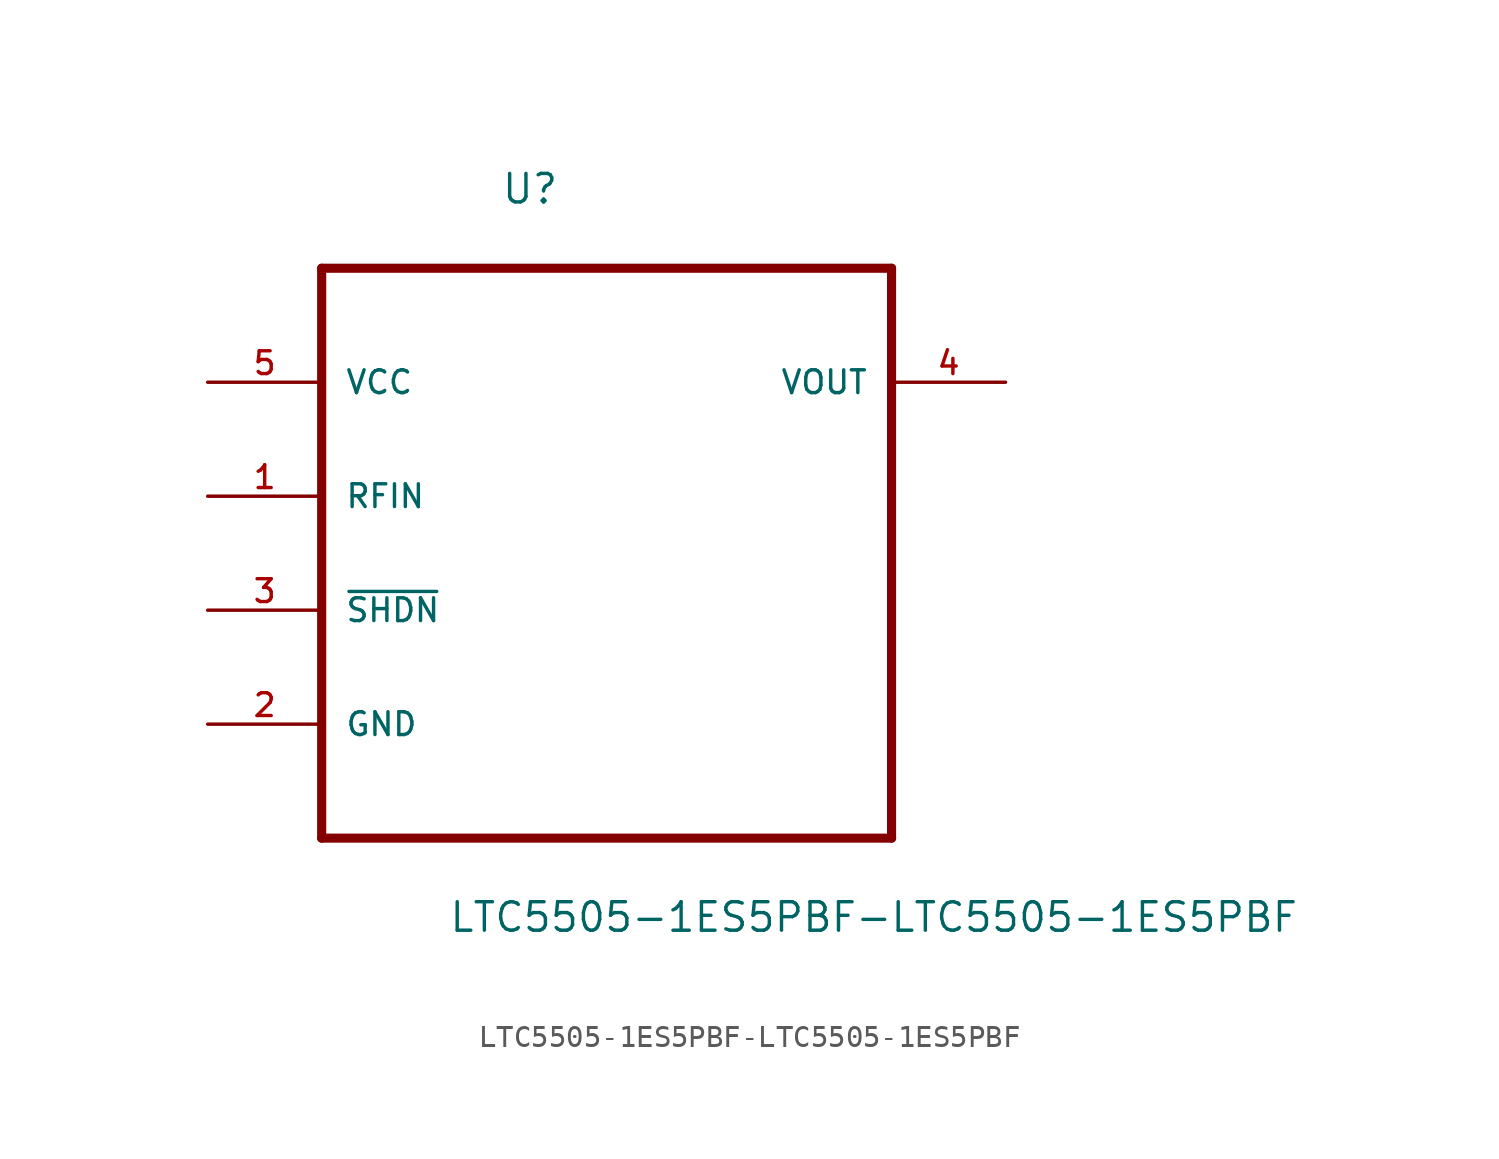
<source format=kicad_sym>
(kicad_symbol_lib
  (version 20231120)
  (generator "kicad_symbol_editor")
  (generator_version "8.0")
  (symbol "LTC5505-1ES5PBF-LTC5505-1ES5PBF"
    (pin_names
      (offset 1.016))
    (property "Reference" "U"
      (at -4.724 12.954 0)
      (effects (font (size 1.27 1.27)) (justify left bottom)))
    (property "Value" "LTC5505-1ES5PBF-LTC5505-1ES5PBF"
      (at -7.061 -19.507 0)
      (effects (font (size 1.27 1.27)) (justify left bottom)))
    (property "ki_locked" ""
      (at 0 0 0)
      (effects (font (size 1.27 1.27))))
    (symbol "LTC5505-1ES5PBF-LTC5505-1ES5PBF_0_0"
      (polyline (pts (xy -12.7 -15.24) (xy 12.7 -15.24)) (stroke (width 0.406) (type solid)) (fill (type none)))
      (polyline (pts (xy -12.7 10.16) (xy -12.7 -15.24)) (stroke (width 0.406) (type solid)) (fill (type none)))
      (polyline (pts (xy 12.7 -15.24) (xy 12.7 10.16)) (stroke (width 0.406) (type solid)) (fill (type none)))
      (polyline (pts (xy 12.7 10.16) (xy -12.7 10.16)) (stroke (width 0.406) (type solid)) (fill (type none)))
      (pin input line (at -17.78 0 0) (length 5.08) (name "RFIN" (effects (font (size 1.016 1.016)))) (number "1" (effects (font (size 1.016 1.016)))))
      (pin passive line (at -17.78 -10.16 0) (length 5.08) (name "GND" (effects (font (size 1.016 1.016)))) (number "2" (effects (font (size 1.016 1.016)))))
      (pin input line (at -17.78 -5.08 0) (length 5.08) (name "~{SHDN}" (effects (font (size 1.016 1.016)))) (number "3" (effects (font (size 1.016 1.016)))))
      (pin output line (at 17.78 5.08 180) (length 5.08) (name "VOUT" (effects (font (size 1.016 1.016)))) (number "4" (effects (font (size 1.016 1.016)))))
      (pin power_in line (at -17.78 5.08 0) (length 5.08) (name "VCC" (effects (font (size 1.016 1.016)))) (number "5" (effects (font (size 1.016 1.016))))))))
</source>
